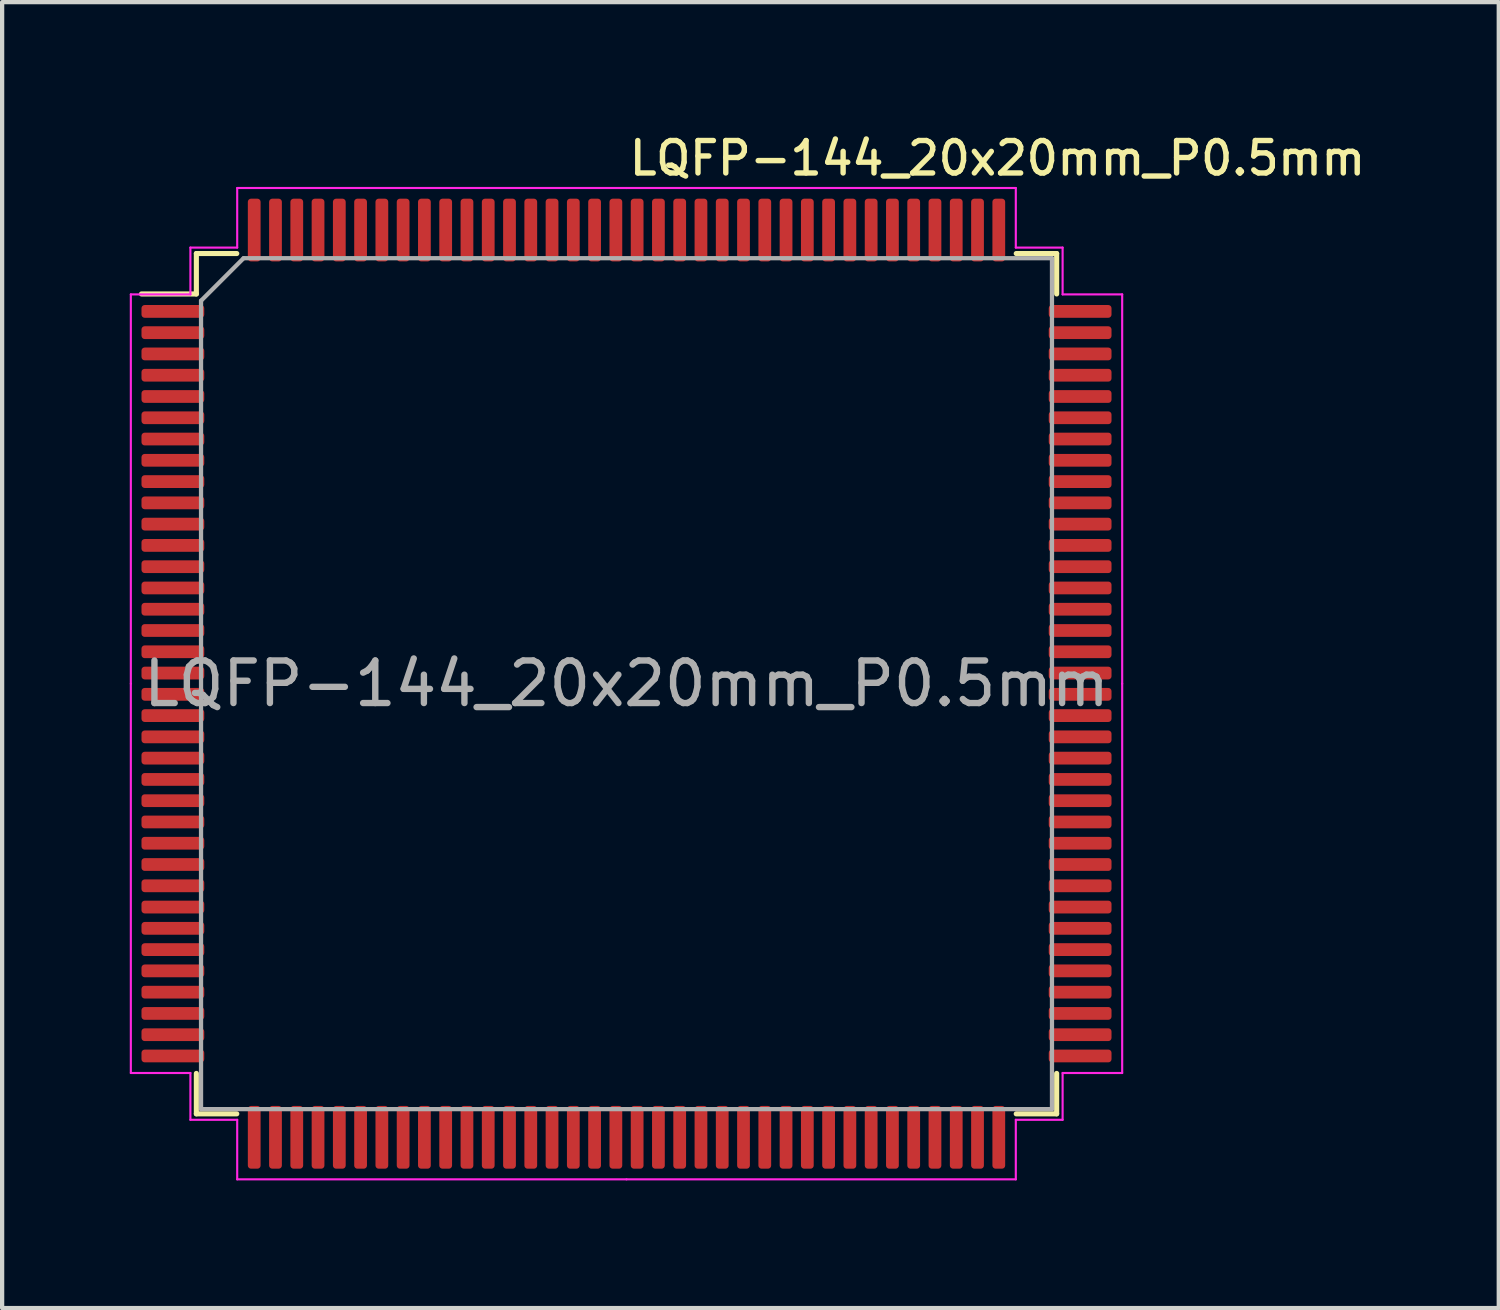
<source format=kicad_pcb>
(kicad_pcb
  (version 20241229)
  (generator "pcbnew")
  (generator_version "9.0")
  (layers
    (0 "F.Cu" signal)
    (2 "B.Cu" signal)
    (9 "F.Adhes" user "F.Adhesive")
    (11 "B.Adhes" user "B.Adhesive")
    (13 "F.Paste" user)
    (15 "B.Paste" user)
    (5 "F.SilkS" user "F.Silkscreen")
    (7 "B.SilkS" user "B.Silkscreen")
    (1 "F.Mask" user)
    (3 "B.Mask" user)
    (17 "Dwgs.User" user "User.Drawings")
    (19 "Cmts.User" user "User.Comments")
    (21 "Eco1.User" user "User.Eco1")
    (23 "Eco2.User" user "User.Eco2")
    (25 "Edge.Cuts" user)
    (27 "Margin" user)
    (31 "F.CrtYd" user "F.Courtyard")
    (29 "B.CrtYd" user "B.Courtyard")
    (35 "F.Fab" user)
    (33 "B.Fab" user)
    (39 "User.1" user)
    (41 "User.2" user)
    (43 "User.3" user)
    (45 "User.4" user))
  (footprint "LQFP-144_20x20mm_P0.5mm"
    (layer "F.Cu")
    (at 11.675 13.019)
    (property "Reference" "LQFP-144_20x20mm_P0.5mm" (at 0 -12.35 0) (layer "F.SilkS") (effects (font (size 0.762 0.762) (thickness 0.127)) (justify left)))
    (attr smd)
    (fp_line (start -10.11 -10.11) (end -10.11 -9.16) (stroke (width 0.12) (type solid)) (layer "F.SilkS"))
    (fp_line (start -10.11 -9.16) (end -11.4 -9.16) (stroke (width 0.12) (type solid)) (layer "F.SilkS"))
    (fp_line (start -10.11 10.11) (end -10.11 9.16) (stroke (width 0.12) (type solid)) (layer "F.SilkS"))
    (fp_line (start -9.16 -10.11) (end -10.11 -10.11) (stroke (width 0.12) (type solid)) (layer "F.SilkS"))
    (fp_line (start -9.16 10.11) (end -10.11 10.11) (stroke (width 0.12) (type solid)) (layer "F.SilkS"))
    (fp_line (start 9.16 -10.11) (end 10.11 -10.11) (stroke (width 0.12) (type solid)) (layer "F.SilkS"))
    (fp_line (start 9.16 10.11) (end 10.11 10.11) (stroke (width 0.12) (type solid)) (layer "F.SilkS"))
    (fp_line (start 10.11 -10.11) (end 10.11 -9.16) (stroke (width 0.12) (type solid)) (layer "F.SilkS"))
    (fp_line (start 10.11 10.11) (end 10.11 9.16) (stroke (width 0.12) (type solid)) (layer "F.SilkS"))
    (fp_line (start -11.65 -9.15) (end -11.65 0) (stroke (width 0.05) (type solid)) (layer "F.CrtYd"))
    (fp_line (start -11.65 9.15) (end -11.65 0) (stroke (width 0.05) (type solid)) (layer "F.CrtYd"))
    (fp_line (start -10.25 -10.25) (end -10.25 -9.15) (stroke (width 0.05) (type solid)) (layer "F.CrtYd"))
    (fp_line (start -10.25 -9.15) (end -11.65 -9.15) (stroke (width 0.05) (type solid)) (layer "F.CrtYd"))
    (fp_line (start -10.25 9.15) (end -11.65 9.15) (stroke (width 0.05) (type solid)) (layer "F.CrtYd"))
    (fp_line (start -10.25 10.25) (end -10.25 9.15) (stroke (width 0.05) (type solid)) (layer "F.CrtYd"))
    (fp_line (start -9.15 -11.65) (end -9.15 -10.25) (stroke (width 0.05) (type solid)) (layer "F.CrtYd"))
    (fp_line (start -9.15 -10.25) (end -10.25 -10.25) (stroke (width 0.05) (type solid)) (layer "F.CrtYd"))
    (fp_line (start -9.15 10.25) (end -10.25 10.25) (stroke (width 0.05) (type solid)) (layer "F.CrtYd"))
    (fp_line (start -9.15 11.65) (end -9.15 10.25) (stroke (width 0.05) (type solid)) (layer "F.CrtYd"))
    (fp_line (start 0 -11.65) (end -9.15 -11.65) (stroke (width 0.05) (type solid)) (layer "F.CrtYd"))
    (fp_line (start 0 -11.65) (end 9.15 -11.65) (stroke (width 0.05) (type solid)) (layer "F.CrtYd"))
    (fp_line (start 0 11.65) (end -9.15 11.65) (stroke (width 0.05) (type solid)) (layer "F.CrtYd"))
    (fp_line (start 0 11.65) (end 9.15 11.65) (stroke (width 0.05) (type solid)) (layer "F.CrtYd"))
    (fp_line (start 9.15 -11.65) (end 9.15 -10.25) (stroke (width 0.05) (type solid)) (layer "F.CrtYd"))
    (fp_line (start 9.15 -10.25) (end 10.25 -10.25) (stroke (width 0.05) (type solid)) (layer "F.CrtYd"))
    (fp_line (start 9.15 10.25) (end 10.25 10.25) (stroke (width 0.05) (type solid)) (layer "F.CrtYd"))
    (fp_line (start 9.15 11.65) (end 9.15 10.25) (stroke (width 0.05) (type solid)) (layer "F.CrtYd"))
    (fp_line (start 10.25 -10.25) (end 10.25 -9.15) (stroke (width 0.05) (type solid)) (layer "F.CrtYd"))
    (fp_line (start 10.25 -9.15) (end 11.65 -9.15) (stroke (width 0.05) (type solid)) (layer "F.CrtYd"))
    (fp_line (start 10.25 9.15) (end 11.65 9.15) (stroke (width 0.05) (type solid)) (layer "F.CrtYd"))
    (fp_line (start 10.25 10.25) (end 10.25 9.15) (stroke (width 0.05) (type solid)) (layer "F.CrtYd"))
    (fp_line (start 11.65 -9.15) (end 11.65 0) (stroke (width 0.05) (type solid)) (layer "F.CrtYd"))
    (fp_line (start 11.65 9.15) (end 11.65 0) (stroke (width 0.05) (type solid)) (layer "F.CrtYd"))
    (fp_line (start -10 -9) (end -9 -10) (stroke (width 0.1) (type solid)) (layer "F.Fab"))
    (fp_line (start -10 10) (end -10 -9) (stroke (width 0.1) (type solid)) (layer "F.Fab"))
    (fp_line (start -9 -10) (end 10 -10) (stroke (width 0.1) (type solid)) (layer "F.Fab"))
    (fp_line (start 10 -10) (end 10 10) (stroke (width 0.1) (type solid)) (layer "F.Fab"))
    (fp_line (start 10 10) (end -10 10) (stroke (width 0.1) (type solid)) (layer "F.Fab"))
    (fp_text user "${REFERENCE}" (at 0 0 0) (layer "F.Fab") (effects (font (size 1 1) (thickness 0.15))))
    (pad "1" smd roundrect (at -10.662 -8.75) (size 1.475 0.3) (layers "F.Cu" "F.Mask" "F.Paste") (roundrect_rratio 0.25))
    (pad "2" smd roundrect (at -10.662 -8.25) (size 1.475 0.3) (layers "F.Cu" "F.Mask" "F.Paste") (roundrect_rratio 0.25))
    (pad "3" smd roundrect (at -10.662 -7.75) (size 1.475 0.3) (layers "F.Cu" "F.Mask" "F.Paste") (roundrect_rratio 0.25))
    (pad "4" smd roundrect (at -10.662 -7.25) (size 1.475 0.3) (layers "F.Cu" "F.Mask" "F.Paste") (roundrect_rratio 0.25))
    (pad "5" smd roundrect (at -10.662 -6.75) (size 1.475 0.3) (layers "F.Cu" "F.Mask" "F.Paste") (roundrect_rratio 0.25))
    (pad "6" smd roundrect (at -10.662 -6.25) (size 1.475 0.3) (layers "F.Cu" "F.Mask" "F.Paste") (roundrect_rratio 0.25))
    (pad "7" smd roundrect (at -10.662 -5.75) (size 1.475 0.3) (layers "F.Cu" "F.Mask" "F.Paste") (roundrect_rratio 0.25))
    (pad "8" smd roundrect (at -10.662 -5.25) (size 1.475 0.3) (layers "F.Cu" "F.Mask" "F.Paste") (roundrect_rratio 0.25))
    (pad "9" smd roundrect (at -10.662 -4.75) (size 1.475 0.3) (layers "F.Cu" "F.Mask" "F.Paste") (roundrect_rratio 0.25))
    (pad "10" smd roundrect (at -10.662 -4.25) (size 1.475 0.3) (layers "F.Cu" "F.Mask" "F.Paste") (roundrect_rratio 0.25))
    (pad "11" smd roundrect (at -10.662 -3.75) (size 1.475 0.3) (layers "F.Cu" "F.Mask" "F.Paste") (roundrect_rratio 0.25))
    (pad "12" smd roundrect (at -10.662 -3.25) (size 1.475 0.3) (layers "F.Cu" "F.Mask" "F.Paste") (roundrect_rratio 0.25))
    (pad "13" smd roundrect (at -10.662 -2.75) (size 1.475 0.3) (layers "F.Cu" "F.Mask" "F.Paste") (roundrect_rratio 0.25))
    (pad "14" smd roundrect (at -10.662 -2.25) (size 1.475 0.3) (layers "F.Cu" "F.Mask" "F.Paste") (roundrect_rratio 0.25))
    (pad "15" smd roundrect (at -10.662 -1.75) (size 1.475 0.3) (layers "F.Cu" "F.Mask" "F.Paste") (roundrect_rratio 0.25))
    (pad "16" smd roundrect (at -10.662 -1.25) (size 1.475 0.3) (layers "F.Cu" "F.Mask" "F.Paste") (roundrect_rratio 0.25))
    (pad "17" smd roundrect (at -10.662 -0.75) (size 1.475 0.3) (layers "F.Cu" "F.Mask" "F.Paste") (roundrect_rratio 0.25))
    (pad "18" smd roundrect (at -10.662 -0.25) (size 1.475 0.3) (layers "F.Cu" "F.Mask" "F.Paste") (roundrect_rratio 0.25))
    (pad "19" smd roundrect (at -10.662 0.25) (size 1.475 0.3) (layers "F.Cu" "F.Mask" "F.Paste") (roundrect_rratio 0.25))
    (pad "20" smd roundrect (at -10.662 0.75) (size 1.475 0.3) (layers "F.Cu" "F.Mask" "F.Paste") (roundrect_rratio 0.25))
    (pad "21" smd roundrect (at -10.662 1.25) (size 1.475 0.3) (layers "F.Cu" "F.Mask" "F.Paste") (roundrect_rratio 0.25))
    (pad "22" smd roundrect (at -10.662 1.75) (size 1.475 0.3) (layers "F.Cu" "F.Mask" "F.Paste") (roundrect_rratio 0.25))
    (pad "23" smd roundrect (at -10.662 2.25) (size 1.475 0.3) (layers "F.Cu" "F.Mask" "F.Paste") (roundrect_rratio 0.25))
    (pad "24" smd roundrect (at -10.662 2.75) (size 1.475 0.3) (layers "F.Cu" "F.Mask" "F.Paste") (roundrect_rratio 0.25))
    (pad "25" smd roundrect (at -10.662 3.25) (size 1.475 0.3) (layers "F.Cu" "F.Mask" "F.Paste") (roundrect_rratio 0.25))
    (pad "26" smd roundrect (at -10.662 3.75) (size 1.475 0.3) (layers "F.Cu" "F.Mask" "F.Paste") (roundrect_rratio 0.25))
    (pad "27" smd roundrect (at -10.662 4.25) (size 1.475 0.3) (layers "F.Cu" "F.Mask" "F.Paste") (roundrect_rratio 0.25))
    (pad "28" smd roundrect (at -10.662 4.75) (size 1.475 0.3) (layers "F.Cu" "F.Mask" "F.Paste") (roundrect_rratio 0.25))
    (pad "29" smd roundrect (at -10.662 5.25) (size 1.475 0.3) (layers "F.Cu" "F.Mask" "F.Paste") (roundrect_rratio 0.25))
    (pad "30" smd roundrect (at -10.662 5.75) (size 1.475 0.3) (layers "F.Cu" "F.Mask" "F.Paste") (roundrect_rratio 0.25))
    (pad "31" smd roundrect (at -10.662 6.25) (size 1.475 0.3) (layers "F.Cu" "F.Mask" "F.Paste") (roundrect_rratio 0.25))
    (pad "32" smd roundrect (at -10.662 6.75) (size 1.475 0.3) (layers "F.Cu" "F.Mask" "F.Paste") (roundrect_rratio 0.25))
    (pad "33" smd roundrect (at -10.662 7.25) (size 1.475 0.3) (layers "F.Cu" "F.Mask" "F.Paste") (roundrect_rratio 0.25))
    (pad "34" smd roundrect (at -10.662 7.75) (size 1.475 0.3) (layers "F.Cu" "F.Mask" "F.Paste") (roundrect_rratio 0.25))
    (pad "35" smd roundrect (at -10.662 8.25) (size 1.475 0.3) (layers "F.Cu" "F.Mask" "F.Paste") (roundrect_rratio 0.25))
    (pad "36" smd roundrect (at -10.662 8.75) (size 1.475 0.3) (layers "F.Cu" "F.Mask" "F.Paste") (roundrect_rratio 0.25))
    (pad "37" smd roundrect (at -8.75 10.662) (size 0.3 1.475) (layers "F.Cu" "F.Mask" "F.Paste") (roundrect_rratio 0.25))
    (pad "38" smd roundrect (at -8.25 10.662) (size 0.3 1.475) (layers "F.Cu" "F.Mask" "F.Paste") (roundrect_rratio 0.25))
    (pad "39" smd roundrect (at -7.75 10.662) (size 0.3 1.475) (layers "F.Cu" "F.Mask" "F.Paste") (roundrect_rratio 0.25))
    (pad "40" smd roundrect (at -7.25 10.662) (size 0.3 1.475) (layers "F.Cu" "F.Mask" "F.Paste") (roundrect_rratio 0.25))
    (pad "41" smd roundrect (at -6.75 10.662) (size 0.3 1.475) (layers "F.Cu" "F.Mask" "F.Paste") (roundrect_rratio 0.25))
    (pad "42" smd roundrect (at -6.25 10.662) (size 0.3 1.475) (layers "F.Cu" "F.Mask" "F.Paste") (roundrect_rratio 0.25))
    (pad "43" smd roundrect (at -5.75 10.662) (size 0.3 1.475) (layers "F.Cu" "F.Mask" "F.Paste") (roundrect_rratio 0.25))
    (pad "44" smd roundrect (at -5.25 10.662) (size 0.3 1.475) (layers "F.Cu" "F.Mask" "F.Paste") (roundrect_rratio 0.25))
    (pad "45" smd roundrect (at -4.75 10.662) (size 0.3 1.475) (layers "F.Cu" "F.Mask" "F.Paste") (roundrect_rratio 0.25))
    (pad "46" smd roundrect (at -4.25 10.662) (size 0.3 1.475) (layers "F.Cu" "F.Mask" "F.Paste") (roundrect_rratio 0.25))
    (pad "47" smd roundrect (at -3.75 10.662) (size 0.3 1.475) (layers "F.Cu" "F.Mask" "F.Paste") (roundrect_rratio 0.25))
    (pad "48" smd roundrect (at -3.25 10.662) (size 0.3 1.475) (layers "F.Cu" "F.Mask" "F.Paste") (roundrect_rratio 0.25))
    (pad "49" smd roundrect (at -2.75 10.662) (size 0.3 1.475) (layers "F.Cu" "F.Mask" "F.Paste") (roundrect_rratio 0.25))
    (pad "50" smd roundrect (at -2.25 10.662) (size 0.3 1.475) (layers "F.Cu" "F.Mask" "F.Paste") (roundrect_rratio 0.25))
    (pad "51" smd roundrect (at -1.75 10.662) (size 0.3 1.475) (layers "F.Cu" "F.Mask" "F.Paste") (roundrect_rratio 0.25))
    (pad "52" smd roundrect (at -1.25 10.662) (size 0.3 1.475) (layers "F.Cu" "F.Mask" "F.Paste") (roundrect_rratio 0.25))
    (pad "53" smd roundrect (at -0.75 10.662) (size 0.3 1.475) (layers "F.Cu" "F.Mask" "F.Paste") (roundrect_rratio 0.25))
    (pad "54" smd roundrect (at -0.25 10.662) (size 0.3 1.475) (layers "F.Cu" "F.Mask" "F.Paste") (roundrect_rratio 0.25))
    (pad "55" smd roundrect (at 0.25 10.662) (size 0.3 1.475) (layers "F.Cu" "F.Mask" "F.Paste") (roundrect_rratio 0.25))
    (pad "56" smd roundrect (at 0.75 10.662) (size 0.3 1.475) (layers "F.Cu" "F.Mask" "F.Paste") (roundrect_rratio 0.25))
    (pad "57" smd roundrect (at 1.25 10.662) (size 0.3 1.475) (layers "F.Cu" "F.Mask" "F.Paste") (roundrect_rratio 0.25))
    (pad "58" smd roundrect (at 1.75 10.662) (size 0.3 1.475) (layers "F.Cu" "F.Mask" "F.Paste") (roundrect_rratio 0.25))
    (pad "59" smd roundrect (at 2.25 10.662) (size 0.3 1.475) (layers "F.Cu" "F.Mask" "F.Paste") (roundrect_rratio 0.25))
    (pad "60" smd roundrect (at 2.75 10.662) (size 0.3 1.475) (layers "F.Cu" "F.Mask" "F.Paste") (roundrect_rratio 0.25))
    (pad "61" smd roundrect (at 3.25 10.662) (size 0.3 1.475) (layers "F.Cu" "F.Mask" "F.Paste") (roundrect_rratio 0.25))
    (pad "62" smd roundrect (at 3.75 10.662) (size 0.3 1.475) (layers "F.Cu" "F.Mask" "F.Paste") (roundrect_rratio 0.25))
    (pad "63" smd roundrect (at 4.25 10.662) (size 0.3 1.475) (layers "F.Cu" "F.Mask" "F.Paste") (roundrect_rratio 0.25))
    (pad "64" smd roundrect (at 4.75 10.662) (size 0.3 1.475) (layers "F.Cu" "F.Mask" "F.Paste") (roundrect_rratio 0.25))
    (pad "65" smd roundrect (at 5.25 10.662) (size 0.3 1.475) (layers "F.Cu" "F.Mask" "F.Paste") (roundrect_rratio 0.25))
    (pad "66" smd roundrect (at 5.75 10.662) (size 0.3 1.475) (layers "F.Cu" "F.Mask" "F.Paste") (roundrect_rratio 0.25))
    (pad "67" smd roundrect (at 6.25 10.662) (size 0.3 1.475) (layers "F.Cu" "F.Mask" "F.Paste") (roundrect_rratio 0.25))
    (pad "68" smd roundrect (at 6.75 10.662) (size 0.3 1.475) (layers "F.Cu" "F.Mask" "F.Paste") (roundrect_rratio 0.25))
    (pad "69" smd roundrect (at 7.25 10.662) (size 0.3 1.475) (layers "F.Cu" "F.Mask" "F.Paste") (roundrect_rratio 0.25))
    (pad "70" smd roundrect (at 7.75 10.662) (size 0.3 1.475) (layers "F.Cu" "F.Mask" "F.Paste") (roundrect_rratio 0.25))
    (pad "71" smd roundrect (at 8.25 10.662) (size 0.3 1.475) (layers "F.Cu" "F.Mask" "F.Paste") (roundrect_rratio 0.25))
    (pad "72" smd roundrect (at 8.75 10.662) (size 0.3 1.475) (layers "F.Cu" "F.Mask" "F.Paste") (roundrect_rratio 0.25))
    (pad "73" smd roundrect (at 10.662 8.75) (size 1.475 0.3) (layers "F.Cu" "F.Mask" "F.Paste") (roundrect_rratio 0.25))
    (pad "74" smd roundrect (at 10.662 8.25) (size 1.475 0.3) (layers "F.Cu" "F.Mask" "F.Paste") (roundrect_rratio 0.25))
    (pad "75" smd roundrect (at 10.662 7.75) (size 1.475 0.3) (layers "F.Cu" "F.Mask" "F.Paste") (roundrect_rratio 0.25))
    (pad "76" smd roundrect (at 10.662 7.25) (size 1.475 0.3) (layers "F.Cu" "F.Mask" "F.Paste") (roundrect_rratio 0.25))
    (pad "77" smd roundrect (at 10.662 6.75) (size 1.475 0.3) (layers "F.Cu" "F.Mask" "F.Paste") (roundrect_rratio 0.25))
    (pad "78" smd roundrect (at 10.662 6.25) (size 1.475 0.3) (layers "F.Cu" "F.Mask" "F.Paste") (roundrect_rratio 0.25))
    (pad "79" smd roundrect (at 10.662 5.75) (size 1.475 0.3) (layers "F.Cu" "F.Mask" "F.Paste") (roundrect_rratio 0.25))
    (pad "80" smd roundrect (at 10.662 5.25) (size 1.475 0.3) (layers "F.Cu" "F.Mask" "F.Paste") (roundrect_rratio 0.25))
    (pad "81" smd roundrect (at 10.662 4.75) (size 1.475 0.3) (layers "F.Cu" "F.Mask" "F.Paste") (roundrect_rratio 0.25))
    (pad "82" smd roundrect (at 10.662 4.25) (size 1.475 0.3) (layers "F.Cu" "F.Mask" "F.Paste") (roundrect_rratio 0.25))
    (pad "83" smd roundrect (at 10.662 3.75) (size 1.475 0.3) (layers "F.Cu" "F.Mask" "F.Paste") (roundrect_rratio 0.25))
    (pad "84" smd roundrect (at 10.662 3.25) (size 1.475 0.3) (layers "F.Cu" "F.Mask" "F.Paste") (roundrect_rratio 0.25))
    (pad "85" smd roundrect (at 10.662 2.75) (size 1.475 0.3) (layers "F.Cu" "F.Mask" "F.Paste") (roundrect_rratio 0.25))
    (pad "86" smd roundrect (at 10.662 2.25) (size 1.475 0.3) (layers "F.Cu" "F.Mask" "F.Paste") (roundrect_rratio 0.25))
    (pad "87" smd roundrect (at 10.662 1.75) (size 1.475 0.3) (layers "F.Cu" "F.Mask" "F.Paste") (roundrect_rratio 0.25))
    (pad "88" smd roundrect (at 10.662 1.25) (size 1.475 0.3) (layers "F.Cu" "F.Mask" "F.Paste") (roundrect_rratio 0.25))
    (pad "89" smd roundrect (at 10.662 0.75) (size 1.475 0.3) (layers "F.Cu" "F.Mask" "F.Paste") (roundrect_rratio 0.25))
    (pad "90" smd roundrect (at 10.662 0.25) (size 1.475 0.3) (layers "F.Cu" "F.Mask" "F.Paste") (roundrect_rratio 0.25))
    (pad "91" smd roundrect (at 10.662 -0.25) (size 1.475 0.3) (layers "F.Cu" "F.Mask" "F.Paste") (roundrect_rratio 0.25))
    (pad "92" smd roundrect (at 10.662 -0.75) (size 1.475 0.3) (layers "F.Cu" "F.Mask" "F.Paste") (roundrect_rratio 0.25))
    (pad "93" smd roundrect (at 10.662 -1.25) (size 1.475 0.3) (layers "F.Cu" "F.Mask" "F.Paste") (roundrect_rratio 0.25))
    (pad "94" smd roundrect (at 10.662 -1.75) (size 1.475 0.3) (layers "F.Cu" "F.Mask" "F.Paste") (roundrect_rratio 0.25))
    (pad "95" smd roundrect (at 10.662 -2.25) (size 1.475 0.3) (layers "F.Cu" "F.Mask" "F.Paste") (roundrect_rratio 0.25))
    (pad "96" smd roundrect (at 10.662 -2.75) (size 1.475 0.3) (layers "F.Cu" "F.Mask" "F.Paste") (roundrect_rratio 0.25))
    (pad "97" smd roundrect (at 10.662 -3.25) (size 1.475 0.3) (layers "F.Cu" "F.Mask" "F.Paste") (roundrect_rratio 0.25))
    (pad "98" smd roundrect (at 10.662 -3.75) (size 1.475 0.3) (layers "F.Cu" "F.Mask" "F.Paste") (roundrect_rratio 0.25))
    (pad "99" smd roundrect (at 10.662 -4.25) (size 1.475 0.3) (layers "F.Cu" "F.Mask" "F.Paste") (roundrect_rratio 0.25))
    (pad "100" smd roundrect (at 10.662 -4.75) (size 1.475 0.3) (layers "F.Cu" "F.Mask" "F.Paste") (roundrect_rratio 0.25))
    (pad "101" smd roundrect (at 10.662 -5.25) (size 1.475 0.3) (layers "F.Cu" "F.Mask" "F.Paste") (roundrect_rratio 0.25))
    (pad "102" smd roundrect (at 10.662 -5.75) (size 1.475 0.3) (layers "F.Cu" "F.Mask" "F.Paste") (roundrect_rratio 0.25))
    (pad "103" smd roundrect (at 10.662 -6.25) (size 1.475 0.3) (layers "F.Cu" "F.Mask" "F.Paste") (roundrect_rratio 0.25))
    (pad "104" smd roundrect (at 10.662 -6.75) (size 1.475 0.3) (layers "F.Cu" "F.Mask" "F.Paste") (roundrect_rratio 0.25))
    (pad "105" smd roundrect (at 10.662 -7.25) (size 1.475 0.3) (layers "F.Cu" "F.Mask" "F.Paste") (roundrect_rratio 0.25))
    (pad "106" smd roundrect (at 10.662 -7.75) (size 1.475 0.3) (layers "F.Cu" "F.Mask" "F.Paste") (roundrect_rratio 0.25))
    (pad "107" smd roundrect (at 10.662 -8.25) (size 1.475 0.3) (layers "F.Cu" "F.Mask" "F.Paste") (roundrect_rratio 0.25))
    (pad "108" smd roundrect (at 10.662 -8.75) (size 1.475 0.3) (layers "F.Cu" "F.Mask" "F.Paste") (roundrect_rratio 0.25))
    (pad "109" smd roundrect (at 8.75 -10.662) (size 0.3 1.475) (layers "F.Cu" "F.Mask" "F.Paste") (roundrect_rratio 0.25))
    (pad "110" smd roundrect (at 8.25 -10.662) (size 0.3 1.475) (layers "F.Cu" "F.Mask" "F.Paste") (roundrect_rratio 0.25))
    (pad "111" smd roundrect (at 7.75 -10.662) (size 0.3 1.475) (layers "F.Cu" "F.Mask" "F.Paste") (roundrect_rratio 0.25))
    (pad "112" smd roundrect (at 7.25 -10.662) (size 0.3 1.475) (layers "F.Cu" "F.Mask" "F.Paste") (roundrect_rratio 0.25))
    (pad "113" smd roundrect (at 6.75 -10.662) (size 0.3 1.475) (layers "F.Cu" "F.Mask" "F.Paste") (roundrect_rratio 0.25))
    (pad "114" smd roundrect (at 6.25 -10.662) (size 0.3 1.475) (layers "F.Cu" "F.Mask" "F.Paste") (roundrect_rratio 0.25))
    (pad "115" smd roundrect (at 5.75 -10.662) (size 0.3 1.475) (layers "F.Cu" "F.Mask" "F.Paste") (roundrect_rratio 0.25))
    (pad "116" smd roundrect (at 5.25 -10.662) (size 0.3 1.475) (layers "F.Cu" "F.Mask" "F.Paste") (roundrect_rratio 0.25))
    (pad "117" smd roundrect (at 4.75 -10.662) (size 0.3 1.475) (layers "F.Cu" "F.Mask" "F.Paste") (roundrect_rratio 0.25))
    (pad "118" smd roundrect (at 4.25 -10.662) (size 0.3 1.475) (layers "F.Cu" "F.Mask" "F.Paste") (roundrect_rratio 0.25))
    (pad "119" smd roundrect (at 3.75 -10.662) (size 0.3 1.475) (layers "F.Cu" "F.Mask" "F.Paste") (roundrect_rratio 0.25))
    (pad "120" smd roundrect (at 3.25 -10.662) (size 0.3 1.475) (layers "F.Cu" "F.Mask" "F.Paste") (roundrect_rratio 0.25))
    (pad "121" smd roundrect (at 2.75 -10.662) (size 0.3 1.475) (layers "F.Cu" "F.Mask" "F.Paste") (roundrect_rratio 0.25))
    (pad "122" smd roundrect (at 2.25 -10.662) (size 0.3 1.475) (layers "F.Cu" "F.Mask" "F.Paste") (roundrect_rratio 0.25))
    (pad "123" smd roundrect (at 1.75 -10.662) (size 0.3 1.475) (layers "F.Cu" "F.Mask" "F.Paste") (roundrect_rratio 0.25))
    (pad "124" smd roundrect (at 1.25 -10.662) (size 0.3 1.475) (layers "F.Cu" "F.Mask" "F.Paste") (roundrect_rratio 0.25))
    (pad "125" smd roundrect (at 0.75 -10.662) (size 0.3 1.475) (layers "F.Cu" "F.Mask" "F.Paste") (roundrect_rratio 0.25))
    (pad "126" smd roundrect (at 0.25 -10.662) (size 0.3 1.475) (layers "F.Cu" "F.Mask" "F.Paste") (roundrect_rratio 0.25))
    (pad "127" smd roundrect (at -0.25 -10.662) (size 0.3 1.475) (layers "F.Cu" "F.Mask" "F.Paste") (roundrect_rratio 0.25))
    (pad "128" smd roundrect (at -0.75 -10.662) (size 0.3 1.475) (layers "F.Cu" "F.Mask" "F.Paste") (roundrect_rratio 0.25))
    (pad "129" smd roundrect (at -1.25 -10.662) (size 0.3 1.475) (layers "F.Cu" "F.Mask" "F.Paste") (roundrect_rratio 0.25))
    (pad "130" smd roundrect (at -1.75 -10.662) (size 0.3 1.475) (layers "F.Cu" "F.Mask" "F.Paste") (roundrect_rratio 0.25))
    (pad "131" smd roundrect (at -2.25 -10.662) (size 0.3 1.475) (layers "F.Cu" "F.Mask" "F.Paste") (roundrect_rratio 0.25))
    (pad "132" smd roundrect (at -2.75 -10.662) (size 0.3 1.475) (layers "F.Cu" "F.Mask" "F.Paste") (roundrect_rratio 0.25))
    (pad "133" smd roundrect (at -3.25 -10.662) (size 0.3 1.475) (layers "F.Cu" "F.Mask" "F.Paste") (roundrect_rratio 0.25))
    (pad "134" smd roundrect (at -3.75 -10.662) (size 0.3 1.475) (layers "F.Cu" "F.Mask" "F.Paste") (roundrect_rratio 0.25))
    (pad "135" smd roundrect (at -4.25 -10.662) (size 0.3 1.475) (layers "F.Cu" "F.Mask" "F.Paste") (roundrect_rratio 0.25))
    (pad "136" smd roundrect (at -4.75 -10.662) (size 0.3 1.475) (layers "F.Cu" "F.Mask" "F.Paste") (roundrect_rratio 0.25))
    (pad "137" smd roundrect (at -5.25 -10.662) (size 0.3 1.475) (layers "F.Cu" "F.Mask" "F.Paste") (roundrect_rratio 0.25))
    (pad "138" smd roundrect (at -5.75 -10.662) (size 0.3 1.475) (layers "F.Cu" "F.Mask" "F.Paste") (roundrect_rratio 0.25))
    (pad "139" smd roundrect (at -6.25 -10.662) (size 0.3 1.475) (layers "F.Cu" "F.Mask" "F.Paste") (roundrect_rratio 0.25))
    (pad "140" smd roundrect (at -6.75 -10.662) (size 0.3 1.475) (layers "F.Cu" "F.Mask" "F.Paste") (roundrect_rratio 0.25))
    (pad "141" smd roundrect (at -7.25 -10.662) (size 0.3 1.475) (layers "F.Cu" "F.Mask" "F.Paste") (roundrect_rratio 0.25))
    (pad "142" smd roundrect (at -7.75 -10.662) (size 0.3 1.475) (layers "F.Cu" "F.Mask" "F.Paste") (roundrect_rratio 0.25))
    (pad "143" smd roundrect (at -8.25 -10.662) (size 0.3 1.475) (layers "F.Cu" "F.Mask" "F.Paste") (roundrect_rratio 0.25))
    (pad "144" smd roundrect (at -8.75 -10.662) (size 0.3 1.475) (layers "F.Cu" "F.Mask" "F.Paste") (roundrect_rratio 0.25)))
  (gr_rect
    (start -3 -3)
    (end 32.176 27.694)
    (stroke (width 0.1) (type default))
    (fill no)
    (layer "Edge.Cuts")))
</source>
